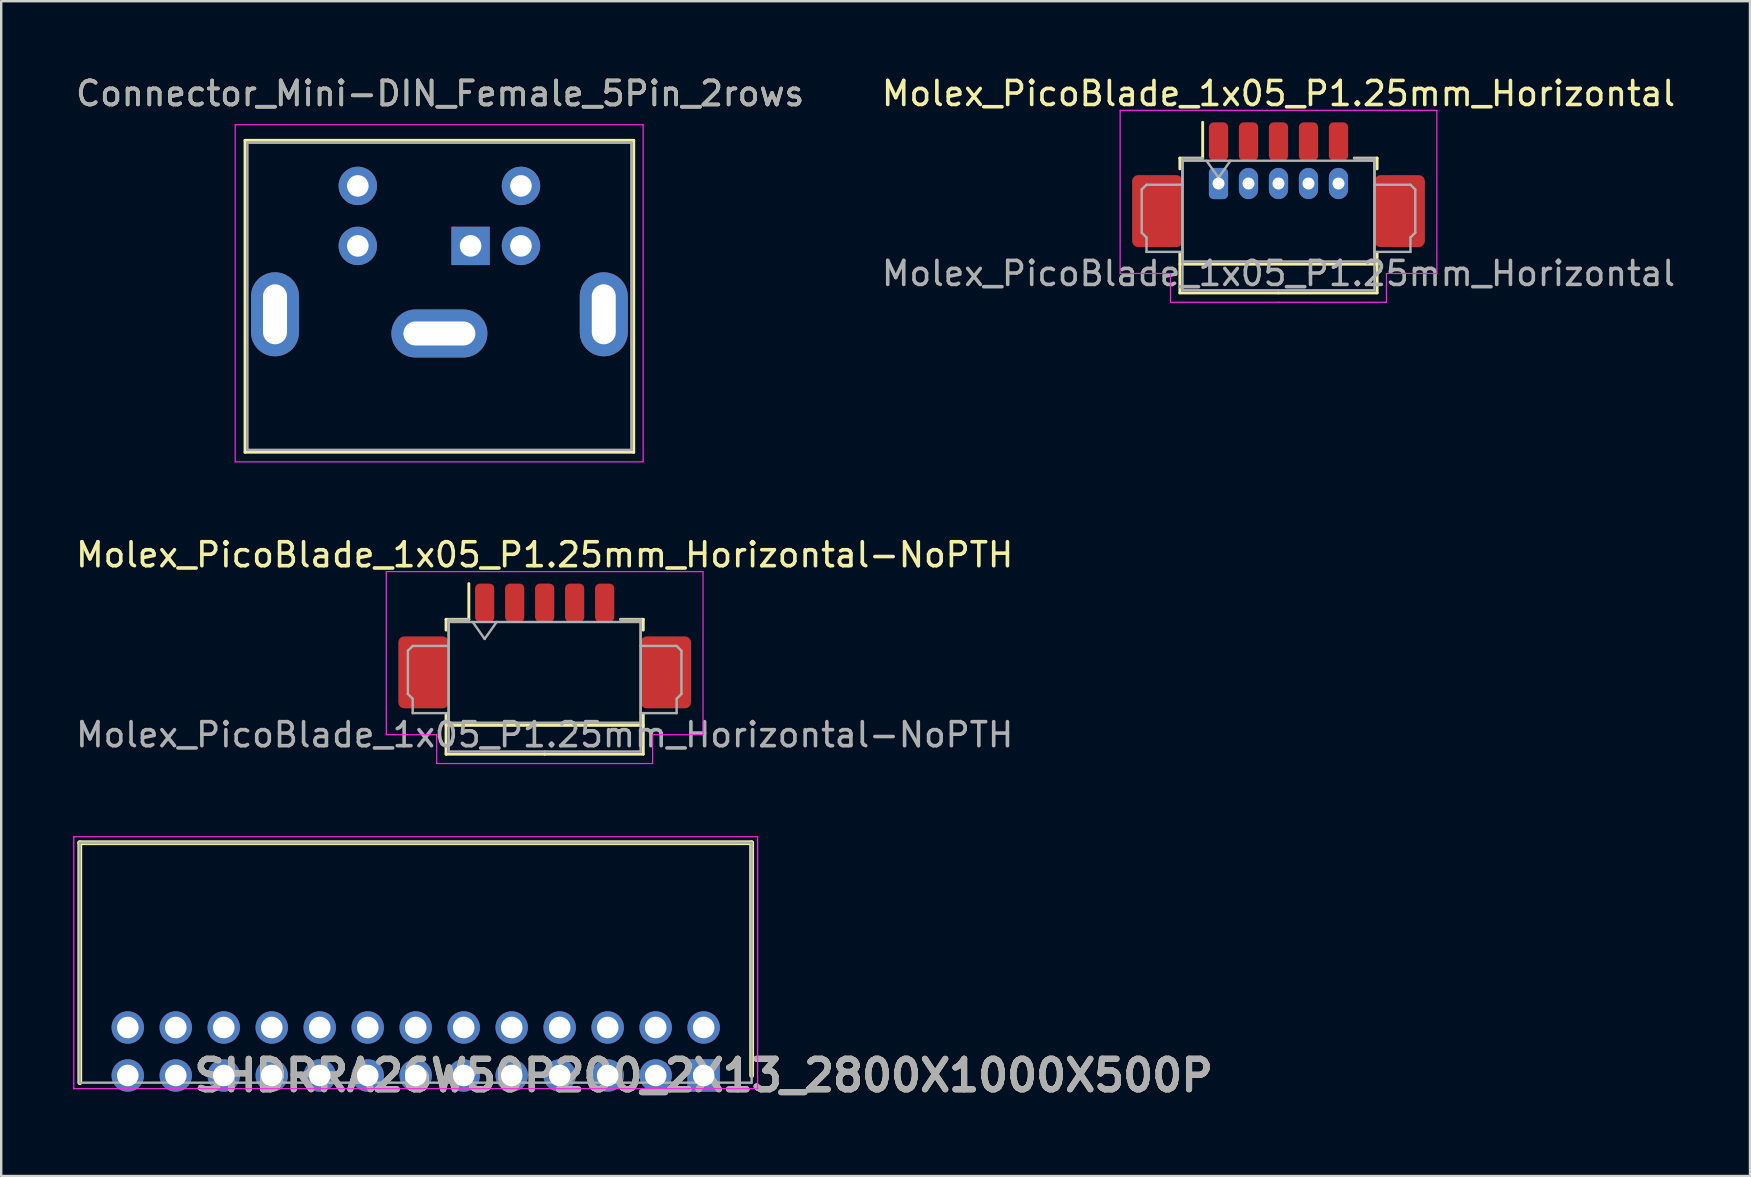
<source format=kicad_pcb>
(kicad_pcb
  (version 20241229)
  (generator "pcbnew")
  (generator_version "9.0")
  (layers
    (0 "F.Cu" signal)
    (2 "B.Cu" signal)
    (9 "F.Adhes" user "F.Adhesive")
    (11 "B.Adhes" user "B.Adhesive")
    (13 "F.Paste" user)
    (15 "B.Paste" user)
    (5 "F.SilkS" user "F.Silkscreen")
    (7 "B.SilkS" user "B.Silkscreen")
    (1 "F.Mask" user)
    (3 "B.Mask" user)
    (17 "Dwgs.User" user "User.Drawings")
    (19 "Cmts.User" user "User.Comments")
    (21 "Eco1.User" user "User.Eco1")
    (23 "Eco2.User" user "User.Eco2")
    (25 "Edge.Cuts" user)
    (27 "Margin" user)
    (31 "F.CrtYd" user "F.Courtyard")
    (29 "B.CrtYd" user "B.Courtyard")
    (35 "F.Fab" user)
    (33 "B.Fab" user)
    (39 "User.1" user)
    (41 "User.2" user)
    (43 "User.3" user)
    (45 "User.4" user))
  (footprint "Connector_Mini-DIN_Female_5Pin_2rows"
    (layer "F.Cu")
    (at 15.262 10.848)
    (property "Reference" "Connector_Mini-DIN_Female_5Pin_2rows" (at 0.03 -10 0) (layer "F.SilkS") (effects (font (size 1 1) (thickness 0.15))))
    (attr through_hole)
    (fp_line (start -8.1 -8.05) (end -8.1 4.95) (stroke (width 0.12) (type solid)) (layer "F.SilkS"))
    (fp_line (start -8.1 -8.05) (end 8.1 -8.05) (stroke (width 0.12) (type solid)) (layer "F.SilkS"))
    (fp_line (start -8.1 4.95) (end 8.1 4.95) (stroke (width 0.12) (type solid)) (layer "F.SilkS"))
    (fp_line (start 8.1 -8.05) (end 8.1 4.95) (stroke (width 0.12) (type solid)) (layer "F.SilkS"))
    (fp_line (start -8.51 -8.7) (end -8.51 5.35) (stroke (width 0.05) (type solid)) (layer "F.CrtYd"))
    (fp_line (start -8.51 -8.7) (end 8.49 -8.7) (stroke (width 0.05) (type solid)) (layer "F.CrtYd"))
    (fp_line (start 8.49 5.35) (end -8.51 5.35) (stroke (width 0.05) (type solid)) (layer "F.CrtYd"))
    (fp_line (start 8.49 5.35) (end 8.49 -8.7) (stroke (width 0.05) (type solid)) (layer "F.CrtYd"))
    (fp_line (start -8 -7.95) (end 8 -7.95) (stroke (width 0.1) (type solid)) (layer "F.Fab"))
    (fp_line (start -8 4.85) (end -8 -7.95) (stroke (width 0.1) (type solid)) (layer "F.Fab"))
    (fp_line (start 8 -7.95) (end 8 4.85) (stroke (width 0.1) (type solid)) (layer "F.Fab"))
    (fp_line (start 8 4.85) (end -8 4.85) (stroke (width 0.1) (type solid)) (layer "F.Fab"))
    (fp_text user "${REFERENCE}" (at 0.03 -10 0) (layer "F.Fab") (effects (font (size 1 1) (thickness 0.15))))
    (pad "1" thru_hole rect (at 1.3 -3.65) (size 1.6 1.6) (drill 0.9) (layers "*.Cu" "*.Mask"))
    (pad "2" thru_hole circle (at 3.4 -3.65) (size 1.6 1.6) (drill 0.9) (layers "*.Cu" "*.Mask"))
    (pad "3" thru_hole circle (at -3.4 -3.65) (size 1.6 1.6) (drill 0.9) (layers "*.Cu" "*.Mask"))
    (pad "4" thru_hole circle (at 3.4 -6.15) (size 1.6 1.6) (drill 0.9) (layers "*.Cu" "*.Mask"))
    (pad "5" thru_hole circle (at -3.4 -6.15) (size 1.6 1.6) (drill 0.9) (layers "*.Cu" "*.Mask"))
    (pad "6" thru_hole oval (at -6.85 -0.8) (size 2 3.5) (drill oval 1 2.5) (layers "*.Cu" "*.Mask"))
    (pad "6" thru_hole oval (at 0 0) (size 4 2) (drill oval 3 1) (layers "*.Cu" "*.Mask"))
    (pad "6" thru_hole oval (at 6.85 -0.8) (size 2 3.5) (drill oval 1 2.5) (layers "*.Cu" "*.Mask")))
  (footprint "SHDRRA26W50P200_2X13_2800X1000X500P"
    (layer "F.Cu")
    (at 26.275 41.772)
    (property "Reference" "SHDRRA26W50P200_2X13_2800X1000X500P" (at 0 0 0) (layer "F.SilkS") (effects (font (size 1.27 1.27) (thickness 0.254))))
    (attr through_hole)
    (fp_line (start -26 -9.7) (end -26 0.3) (stroke (width 0.2) (type solid)) (layer "F.SilkS"))
    (fp_line (start 2 -9.7) (end -26 -9.7) (stroke (width 0.2) (type solid)) (layer "F.SilkS"))
    (fp_line (start 2 0) (end 2 -9.7) (stroke (width 0.2) (type solid)) (layer "F.SilkS"))
    (fp_line (start -26.25 -9.95) (end 2.25 -9.95) (stroke (width 0.05) (type solid)) (layer "F.CrtYd"))
    (fp_line (start -26.25 0.55) (end -26.25 -9.95) (stroke (width 0.05) (type solid)) (layer "F.CrtYd"))
    (fp_line (start 2.25 -9.95) (end 2.25 0.55) (stroke (width 0.05) (type solid)) (layer "F.CrtYd"))
    (fp_line (start 2.25 0.55) (end -26.25 0.55) (stroke (width 0.05) (type solid)) (layer "F.CrtYd"))
    (fp_line (start -26 -9.7) (end 2 -9.7) (stroke (width 0.1) (type solid)) (layer "F.Fab"))
    (fp_line (start -26 0.3) (end -26 -9.7) (stroke (width 0.1) (type solid)) (layer "F.Fab"))
    (fp_line (start 2 -9.7) (end 2 0.3) (stroke (width 0.1) (type solid)) (layer "F.Fab"))
    (fp_line (start 2 0.3) (end -26 0.3) (stroke (width 0.1) (type solid)) (layer "F.Fab"))
    (fp_text user "${REFERENCE}" (at 0 0 0) (layer "F.Fab") (effects (font (size 1.27 1.27) (thickness 0.254))))
    (pad "1" thru_hole rect (at 0 0) (size 1.35 1.35) (drill 0.9) (layers "*.Cu" "*.Mask"))
    (pad "2" thru_hole circle (at 0 -2) (size 1.35 1.35) (drill 0.9) (layers "*.Cu" "*.Mask"))
    (pad "3" thru_hole circle (at -2 0) (size 1.35 1.35) (drill 0.9) (layers "*.Cu" "*.Mask"))
    (pad "4" thru_hole circle (at -2 -2) (size 1.35 1.35) (drill 0.9) (layers "*.Cu" "*.Mask"))
    (pad "5" thru_hole circle (at -4 0) (size 1.35 1.35) (drill 0.9) (layers "*.Cu" "*.Mask"))
    (pad "6" thru_hole circle (at -4 -2) (size 1.35 1.35) (drill 0.9) (layers "*.Cu" "*.Mask"))
    (pad "7" thru_hole circle (at -6 0) (size 1.35 1.35) (drill 0.9) (layers "*.Cu" "*.Mask"))
    (pad "8" thru_hole circle (at -6 -2) (size 1.35 1.35) (drill 0.9) (layers "*.Cu" "*.Mask"))
    (pad "9" thru_hole circle (at -8 0) (size 1.35 1.35) (drill 0.9) (layers "*.Cu" "*.Mask"))
    (pad "10" thru_hole circle (at -8 -2) (size 1.35 1.35) (drill 0.9) (layers "*.Cu" "*.Mask"))
    (pad "11" thru_hole circle (at -10 0) (size 1.35 1.35) (drill 0.9) (layers "*.Cu" "*.Mask"))
    (pad "12" thru_hole circle (at -10 -2) (size 1.35 1.35) (drill 0.9) (layers "*.Cu" "*.Mask"))
    (pad "13" thru_hole circle (at -12 0) (size 1.35 1.35) (drill 0.9) (layers "*.Cu" "*.Mask"))
    (pad "14" thru_hole circle (at -12 -2) (size 1.35 1.35) (drill 0.9) (layers "*.Cu" "*.Mask"))
    (pad "15" thru_hole circle (at -14 0) (size 1.35 1.35) (drill 0.9) (layers "*.Cu" "*.Mask"))
    (pad "16" thru_hole circle (at -14 -2) (size 1.35 1.35) (drill 0.9) (layers "*.Cu" "*.Mask"))
    (pad "17" thru_hole circle (at -16 0) (size 1.35 1.35) (drill 0.9) (layers "*.Cu" "*.Mask"))
    (pad "18" thru_hole circle (at -16 -2) (size 1.35 1.35) (drill 0.9) (layers "*.Cu" "*.Mask"))
    (pad "19" thru_hole circle (at -18 0) (size 1.35 1.35) (drill 0.9) (layers "*.Cu" "*.Mask"))
    (pad "20" thru_hole circle (at -18 -2) (size 1.35 1.35) (drill 0.9) (layers "*.Cu" "*.Mask"))
    (pad "21" thru_hole circle (at -20 0) (size 1.35 1.35) (drill 0.9) (layers "*.Cu" "*.Mask"))
    (pad "22" thru_hole circle (at -20 -2) (size 1.35 1.35) (drill 0.9) (layers "*.Cu" "*.Mask"))
    (pad "23" thru_hole circle (at -22 0) (size 1.35 1.35) (drill 0.9) (layers "*.Cu" "*.Mask"))
    (pad "24" thru_hole circle (at -22 -2) (size 1.35 1.35) (drill 0.9) (layers "*.Cu" "*.Mask"))
    (pad "25" thru_hole circle (at -24 0) (size 1.35 1.35) (drill 0.9) (layers "*.Cu" "*.Mask"))
    (pad "26" thru_hole circle (at -24 -2) (size 1.35 1.35) (drill 0.9) (layers "*.Cu" "*.Mask")))
  (footprint "Molex_PicoBlade_1x05_P1.25mm_Horizontal-NoPTH"
    (layer "F.Cu")
    (at 19.649 24.471)
    (property "Reference" "Molex_PicoBlade_1x05_P1.25mm_Horizontal-NoPTH" (at 0 -4.4 0) (layer "F.SilkS") (effects (font (size 1 1) (thickness 0.15))))
    (attr smd)
    (fp_line (start -4.11 -1.71) (end -3.16 -1.71) (stroke (width 0.12) (type solid)) (layer "F.SilkS"))
    (fp_line (start -4.11 -1.26) (end -4.11 -1.71) (stroke (width 0.12) (type solid)) (layer "F.SilkS"))
    (fp_line (start -4.11 2.26) (end -4.11 3.91) (stroke (width 0.12) (type solid)) (layer "F.SilkS"))
    (fp_line (start -4.11 2.71) (end 4.11 2.71) (stroke (width 0.12) (type solid)) (layer "F.SilkS"))
    (fp_line (start -4.11 3.91) (end 0 3.91) (stroke (width 0.12) (type solid)) (layer "F.SilkS"))
    (fp_line (start -3.16 -1.71) (end -3.16 -3.2) (stroke (width 0.12) (type solid)) (layer "F.SilkS"))
    (fp_line (start 4.11 -1.71) (end 3.16 -1.71) (stroke (width 0.12) (type solid)) (layer "F.SilkS"))
    (fp_line (start 4.11 -1.26) (end 4.11 -1.71) (stroke (width 0.12) (type solid)) (layer "F.SilkS"))
    (fp_line (start 4.11 3.91) (end 0 3.91) (stroke (width 0.12) (type solid)) (layer "F.SilkS"))
    (fp_line (start 4.11 3.91) (end 4.11 2.26) (stroke (width 0.12) (type solid)) (layer "F.SilkS"))
    (fp_line (start -6.6 -3.7) (end -6.6 3.1) (stroke (width 0.05) (type solid)) (layer "F.CrtYd"))
    (fp_line (start -6.6 3.1) (end -4.5 3.1) (stroke (width 0.05) (type solid)) (layer "F.CrtYd"))
    (fp_line (start -4.5 3.1) (end -4.5 4.3) (stroke (width 0.05) (type solid)) (layer "F.CrtYd"))
    (fp_line (start -4.5 4.3) (end 0 4.3) (stroke (width 0.05) (type solid)) (layer "F.CrtYd"))
    (fp_line (start 4.5 3.1) (end 4.5 4.3) (stroke (width 0.05) (type solid)) (layer "F.CrtYd"))
    (fp_line (start 4.5 4.3) (end 0 4.3) (stroke (width 0.05) (type solid)) (layer "F.CrtYd"))
    (fp_line (start 6.6 -3.7) (end -6.6 -3.7) (stroke (width 0.05) (type solid)) (layer "F.CrtYd"))
    (fp_line (start 6.6 3.1) (end 4.5 3.1) (stroke (width 0.05) (type default)) (layer "F.CrtYd"))
    (fp_line (start 6.6 3.1) (end 6.6 -3.7) (stroke (width 0.05) (type solid)) (layer "F.CrtYd"))
    (fp_line (start -5.7 -0.4) (end -5.7 1.4) (stroke (width 0.1) (type solid)) (layer "F.Fab"))
    (fp_line (start -5.7 1.4) (end -5.5 1.6) (stroke (width 0.1) (type solid)) (layer "F.Fab"))
    (fp_line (start -5.5 -0.6) (end -5.7 -0.4) (stroke (width 0.1) (type solid)) (layer "F.Fab"))
    (fp_line (start -5.5 1.6) (end -5.5 2.2) (stroke (width 0.1) (type solid)) (layer "F.Fab"))
    (fp_line (start -5.5 2.2) (end -4 2.2) (stroke (width 0.1) (type solid)) (layer "F.Fab"))
    (fp_line (start -4 -1.7) (end -4 3.8) (stroke (width 0.1) (type solid)) (layer "F.Fab"))
    (fp_line (start -4 -1.6) (end -4 2.6) (stroke (width 0.1) (type solid)) (layer "F.Fab"))
    (fp_line (start -4 -1.6) (end 4 -1.6) (stroke (width 0.1) (type solid)) (layer "F.Fab"))
    (fp_line (start -4 -0.6) (end -5.5 -0.6) (stroke (width 0.1) (type solid)) (layer "F.Fab"))
    (fp_line (start -4 2.6) (end 4 2.6) (stroke (width 0.1) (type solid)) (layer "F.Fab"))
    (fp_line (start -4 3.8) (end 0 3.8) (stroke (width 0.1) (type solid)) (layer "F.Fab"))
    (fp_line (start -3.15 -1.7) (end -4 -1.7) (stroke (width 0.1) (type solid)) (layer "F.Fab"))
    (fp_line (start -3 -1.6) (end -2.5 -0.893) (stroke (width 0.1) (type solid)) (layer "F.Fab"))
    (fp_line (start -2.5 -0.893) (end -2 -1.6) (stroke (width 0.1) (type solid)) (layer "F.Fab"))
    (fp_line (start 3.15 -1.7) (end 4 -1.7) (stroke (width 0.1) (type solid)) (layer "F.Fab"))
    (fp_line (start 4 -1.7) (end 4 3.8) (stroke (width 0.1) (type solid)) (layer "F.Fab"))
    (fp_line (start 4 -1.6) (end 4 2.6) (stroke (width 0.1) (type solid)) (layer "F.Fab"))
    (fp_line (start 4 -0.6) (end 5.5 -0.6) (stroke (width 0.1) (type solid)) (layer "F.Fab"))
    (fp_line (start 4 3.8) (end 0 3.8) (stroke (width 0.1) (type solid)) (layer "F.Fab"))
    (fp_line (start 5.5 -0.6) (end 5.7 -0.4) (stroke (width 0.1) (type solid)) (layer "F.Fab"))
    (fp_line (start 5.5 1.6) (end 5.5 2.2) (stroke (width 0.1) (type solid)) (layer "F.Fab"))
    (fp_line (start 5.5 2.2) (end 4 2.2) (stroke (width 0.1) (type solid)) (layer "F.Fab"))
    (fp_line (start 5.7 -0.4) (end 5.7 1.4) (stroke (width 0.1) (type solid)) (layer "F.Fab"))
    (fp_line (start 5.7 1.4) (end 5.5 1.6) (stroke (width 0.1) (type solid)) (layer "F.Fab"))
    (fp_text user "${REFERENCE}" (at 0 3.1 0) (layer "F.Fab") (effects (font (size 1 1) (thickness 0.15))))
    (pad "1" smd roundrect (at -2.5 -2.4) (size 0.8 1.6) (layers "F.Cu" "F.Mask" "F.Paste") (roundrect_rratio 0.25))
    (pad "2" smd roundrect (at -1.25 -2.4) (size 0.8 1.6) (layers "F.Cu" "F.Mask" "F.Paste") (roundrect_rratio 0.25))
    (pad "3" smd roundrect (at 0 -2.4) (size 0.8 1.6) (layers "F.Cu" "F.Mask" "F.Paste") (roundrect_rratio 0.25))
    (pad "4" smd roundrect (at 1.25 -2.4) (size 0.8 1.6) (layers "F.Cu" "F.Mask" "F.Paste") (roundrect_rratio 0.25))
    (pad "5" smd roundrect (at 2.5 -2.4) (size 0.8 1.6) (layers "F.Cu" "F.Mask" "F.Paste") (roundrect_rratio 0.25))
    (pad "MP" smd roundrect (at -5.05 0.5) (size 2.1 3) (layers "F.Cu" "F.Mask" "F.Paste") (roundrect_rratio 0.119))
    (pad "MP" smd roundrect (at 5.05 0.5) (size 2.1 3) (layers "F.Cu" "F.Mask" "F.Paste") (roundrect_rratio 0.119)))
  (footprint "Molex_PicoBlade_1x05_P1.25mm_Horizontal"
    (layer "F.Cu")
    (at 50.232 5.248)
    (property "Reference" "Molex_PicoBlade_1x05_P1.25mm_Horizontal" (at 0 -4.4 0) (layer "F.SilkS") (effects (font (size 1 1) (thickness 0.15))))
    (fp_line (start -4.11 -1.71) (end -3.16 -1.71) (stroke (width 0.12) (type solid)) (layer "F.SilkS"))
    (fp_line (start -4.11 -1.26) (end -4.11 -1.71) (stroke (width 0.12) (type solid)) (layer "F.SilkS"))
    (fp_line (start -4.11 2.26) (end -4.11 3.91) (stroke (width 0.12) (type solid)) (layer "F.SilkS"))
    (fp_line (start -4.11 2.71) (end 4.11 2.71) (stroke (width 0.12) (type solid)) (layer "F.SilkS"))
    (fp_line (start -4.11 3.91) (end 0 3.91) (stroke (width 0.12) (type solid)) (layer "F.SilkS"))
    (fp_line (start -3.16 -1.71) (end -3.16 -3.2) (stroke (width 0.12) (type solid)) (layer "F.SilkS"))
    (fp_line (start 4.11 -1.71) (end 3.16 -1.71) (stroke (width 0.12) (type solid)) (layer "F.SilkS"))
    (fp_line (start 4.11 -1.26) (end 4.11 -1.71) (stroke (width 0.12) (type solid)) (layer "F.SilkS"))
    (fp_line (start 4.11 3.91) (end 0 3.91) (stroke (width 0.12) (type solid)) (layer "F.SilkS"))
    (fp_line (start 4.11 3.91) (end 4.11 2.26) (stroke (width 0.12) (type solid)) (layer "F.SilkS"))
    (fp_line (start -6.6 -3.7) (end -6.6 3.1) (stroke (width 0.05) (type solid)) (layer "F.CrtYd"))
    (fp_line (start -6.6 3.1) (end -4.5 3.1) (stroke (width 0.05) (type solid)) (layer "F.CrtYd"))
    (fp_line (start -4.5 3.1) (end -4.5 4.3) (stroke (width 0.05) (type solid)) (layer "F.CrtYd"))
    (fp_line (start -4.5 4.3) (end 0 4.3) (stroke (width 0.05) (type solid)) (layer "F.CrtYd"))
    (fp_line (start 4.5 3.1) (end 4.5 4.3) (stroke (width 0.05) (type solid)) (layer "F.CrtYd"))
    (fp_line (start 4.5 4.3) (end 0 4.3) (stroke (width 0.05) (type solid)) (layer "F.CrtYd"))
    (fp_line (start 6.6 -3.7) (end -6.6 -3.7) (stroke (width 0.05) (type solid)) (layer "F.CrtYd"))
    (fp_line (start 6.6 3.1) (end 4.5 3.1) (stroke (width 0.05) (type default)) (layer "F.CrtYd"))
    (fp_line (start 6.6 3.1) (end 6.6 -3.7) (stroke (width 0.05) (type solid)) (layer "F.CrtYd"))
    (fp_line (start -5.7 -0.4) (end -5.7 1.4) (stroke (width 0.1) (type solid)) (layer "F.Fab"))
    (fp_line (start -5.7 1.4) (end -5.5 1.6) (stroke (width 0.1) (type solid)) (layer "F.Fab"))
    (fp_line (start -5.5 -0.6) (end -5.7 -0.4) (stroke (width 0.1) (type solid)) (layer "F.Fab"))
    (fp_line (start -5.5 1.6) (end -5.5 2.2) (stroke (width 0.1) (type solid)) (layer "F.Fab"))
    (fp_line (start -5.5 2.2) (end -4 2.2) (stroke (width 0.1) (type solid)) (layer "F.Fab"))
    (fp_line (start -4 -1.7) (end -4 3.8) (stroke (width 0.1) (type solid)) (layer "F.Fab"))
    (fp_line (start -4 -1.6) (end -4 2.6) (stroke (width 0.1) (type solid)) (layer "F.Fab"))
    (fp_line (start -4 -1.6) (end 4 -1.6) (stroke (width 0.1) (type solid)) (layer "F.Fab"))
    (fp_line (start -4 -0.6) (end -5.5 -0.6) (stroke (width 0.1) (type solid)) (layer "F.Fab"))
    (fp_line (start -4 2.6) (end 4 2.6) (stroke (width 0.1) (type solid)) (layer "F.Fab"))
    (fp_line (start -4 3.8) (end 0 3.8) (stroke (width 0.1) (type solid)) (layer "F.Fab"))
    (fp_line (start -3.15 -1.7) (end -4 -1.7) (stroke (width 0.1) (type solid)) (layer "F.Fab"))
    (fp_line (start -3 -1.6) (end -2.5 -0.893) (stroke (width 0.1) (type solid)) (layer "F.Fab"))
    (fp_line (start -2.5 -0.893) (end -2 -1.6) (stroke (width 0.1) (type solid)) (layer "F.Fab"))
    (fp_line (start 3.15 -1.7) (end 4 -1.7) (stroke (width 0.1) (type solid)) (layer "F.Fab"))
    (fp_line (start 4 -1.7) (end 4 3.8) (stroke (width 0.1) (type solid)) (layer "F.Fab"))
    (fp_line (start 4 -1.6) (end 4 2.6) (stroke (width 0.1) (type solid)) (layer "F.Fab"))
    (fp_line (start 4 -0.6) (end 5.5 -0.6) (stroke (width 0.1) (type solid)) (layer "F.Fab"))
    (fp_line (start 4 3.8) (end 0 3.8) (stroke (width 0.1) (type solid)) (layer "F.Fab"))
    (fp_line (start 5.5 -0.6) (end 5.7 -0.4) (stroke (width 0.1) (type solid)) (layer "F.Fab"))
    (fp_line (start 5.5 1.6) (end 5.5 2.2) (stroke (width 0.1) (type solid)) (layer "F.Fab"))
    (fp_line (start 5.5 2.2) (end 4 2.2) (stroke (width 0.1) (type solid)) (layer "F.Fab"))
    (fp_line (start 5.7 -0.4) (end 5.7 1.4) (stroke (width 0.1) (type solid)) (layer "F.Fab"))
    (fp_line (start 5.7 1.4) (end 5.5 1.6) (stroke (width 0.1) (type solid)) (layer "F.Fab"))
    (fp_text user "${REFERENCE}" (at 0 3.1 0) (layer "F.Fab") (effects (font (size 1 1) (thickness 0.15))))
    (pad "1" smd roundrect (at -2.5 -2.4) (size 0.8 1.6) (layers "F.Cu" "F.Mask" "F.Paste") (roundrect_rratio 0.25))
    (pad "1" thru_hole roundrect (at -2.5 -0.65) (size 0.8 1.3) (drill 0.5) (layers "*.Cu" "*.Mask") (roundrect_rratio 0.25))
    (pad "2" smd roundrect (at -1.25 -2.4) (size 0.8 1.6) (layers "F.Cu" "F.Mask" "F.Paste") (roundrect_rratio 0.25))
    (pad "2" thru_hole oval (at -1.25 -0.65) (size 0.8 1.3) (drill 0.5) (layers "*.Cu" "*.Mask"))
    (pad "3" smd roundrect (at 0 -2.4) (size 0.8 1.6) (layers "F.Cu" "F.Mask" "F.Paste") (roundrect_rratio 0.25))
    (pad "3" thru_hole oval (at 0 -0.65) (size 0.8 1.3) (drill 0.5) (layers "*.Cu" "*.Mask"))
    (pad "4" smd roundrect (at 1.25 -2.4) (size 0.8 1.6) (layers "F.Cu" "F.Mask" "F.Paste") (roundrect_rratio 0.25))
    (pad "4" thru_hole oval (at 1.25 -0.65) (size 0.8 1.3) (drill 0.5) (layers "*.Cu" "*.Mask"))
    (pad "5" smd roundrect (at 2.5 -2.4) (size 0.8 1.6) (layers "F.Cu" "F.Mask" "F.Paste") (roundrect_rratio 0.25))
    (pad "5" thru_hole oval (at 2.5 -0.65) (size 0.8 1.3) (drill 0.5) (layers "*.Cu" "*.Mask"))
    (pad "MP" smd roundrect (at -5.05 0.5) (size 2.1 3) (layers "F.Cu" "F.Mask" "F.Paste") (roundrect_rratio 0.119))
    (pad "MP" smd roundrect (at 5.05 0.5) (size 2.1 3) (layers "F.Cu" "F.Mask" "F.Paste") (roundrect_rratio 0.119)))
  (gr_rect
    (start -3 -3)
    (end 69.881 45.96)
    (stroke (width 0.1) (type default))
    (fill no)
    (layer "Edge.Cuts")))
</source>
